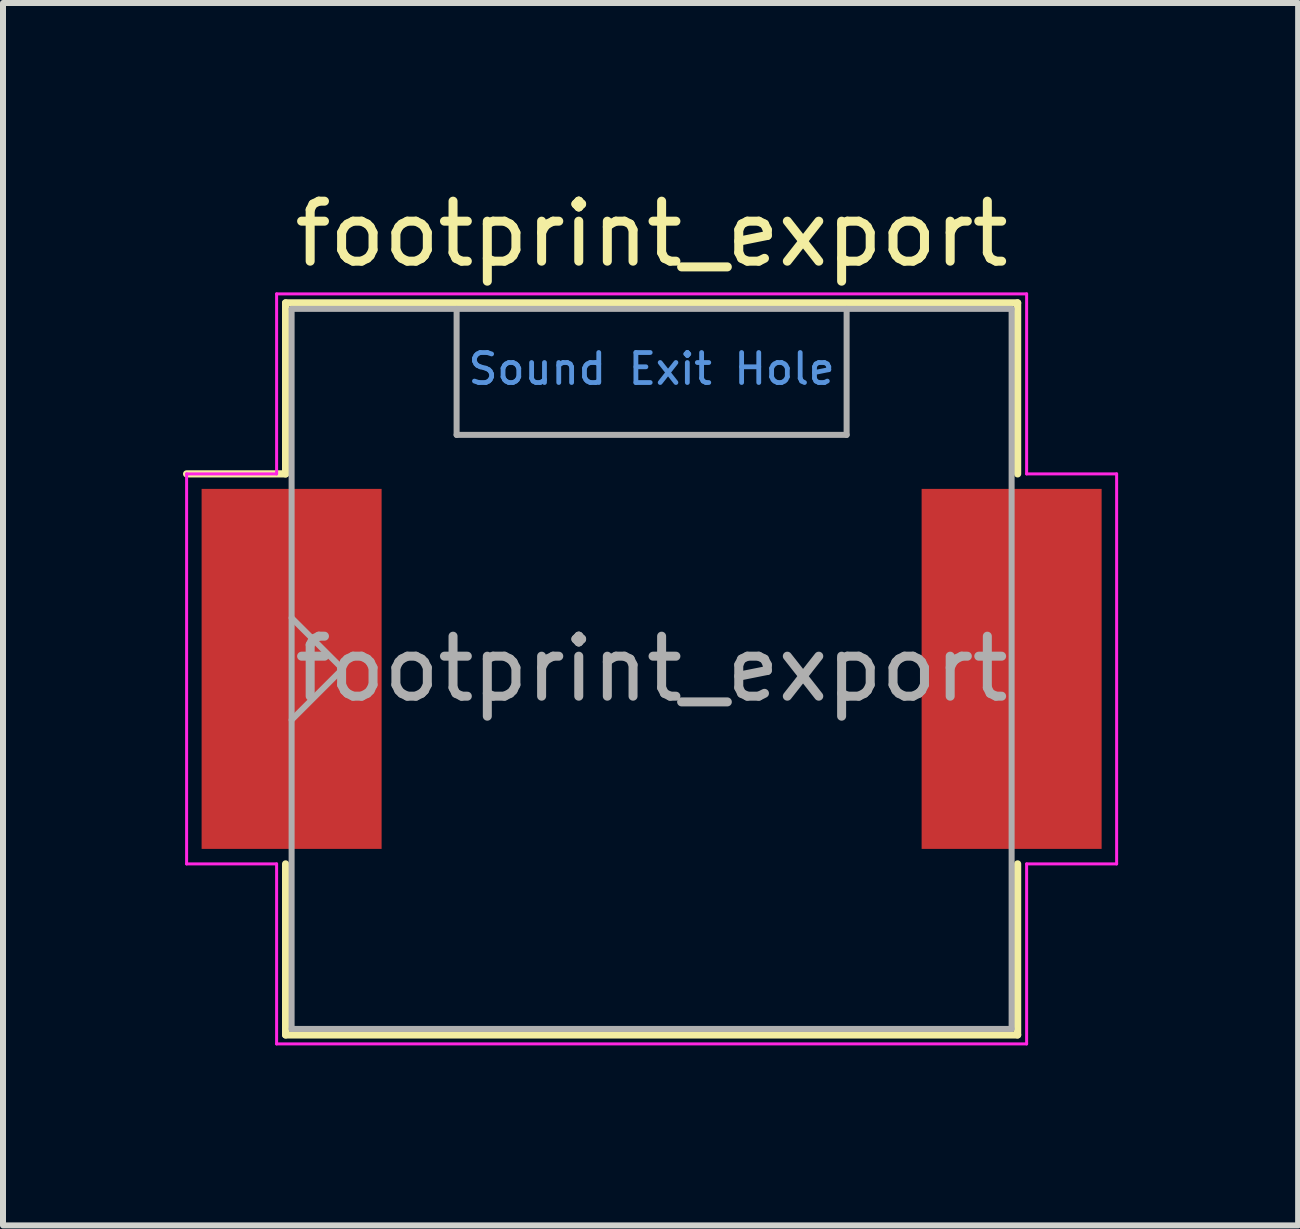
<source format=kicad_pcb>
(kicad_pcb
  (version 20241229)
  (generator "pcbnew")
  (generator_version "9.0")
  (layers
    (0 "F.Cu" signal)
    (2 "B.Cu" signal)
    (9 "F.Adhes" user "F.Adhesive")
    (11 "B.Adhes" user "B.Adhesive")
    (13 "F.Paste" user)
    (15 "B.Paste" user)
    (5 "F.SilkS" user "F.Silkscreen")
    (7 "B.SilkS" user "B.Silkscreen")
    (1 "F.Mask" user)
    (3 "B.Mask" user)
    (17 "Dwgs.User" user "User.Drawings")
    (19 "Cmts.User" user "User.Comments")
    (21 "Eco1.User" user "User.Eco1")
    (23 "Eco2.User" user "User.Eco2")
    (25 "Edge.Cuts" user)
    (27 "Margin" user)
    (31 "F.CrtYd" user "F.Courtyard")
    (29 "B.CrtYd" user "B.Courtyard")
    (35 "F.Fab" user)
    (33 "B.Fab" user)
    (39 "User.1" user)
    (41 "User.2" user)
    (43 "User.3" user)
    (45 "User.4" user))
  (footprint "footprint_export"
    (layer "F.Cu")
    (at 7.81 8.098)
    (property "Reference" "footprint_export" (at 0 -7.25 0) (layer "F.SilkS") (effects (font (size 1 1) (thickness 0.15))))
    (attr smd)
    (fp_line (start -6.1 -6.1) (end 6.1 -6.1) (stroke (width 0.12) (type solid)) (layer "F.SilkS"))
    (fp_line (start -6.1 -3.25) (end -7.75 -3.25) (stroke (width 0.12) (type solid)) (layer "F.SilkS"))
    (fp_line (start -6.1 -3.25) (end -6.1 -6.1) (stroke (width 0.12) (type solid)) (layer "F.SilkS"))
    (fp_line (start -6.1 6.1) (end -6.1 3.25) (stroke (width 0.12) (type solid)) (layer "F.SilkS"))
    (fp_line (start 6.1 -6.1) (end 6.1 -3.25) (stroke (width 0.12) (type solid)) (layer "F.SilkS"))
    (fp_line (start 6.1 3.25) (end 6.1 6.1) (stroke (width 0.12) (type solid)) (layer "F.SilkS"))
    (fp_line (start 6.1 6.1) (end -6.1 6.1) (stroke (width 0.12) (type solid)) (layer "F.SilkS"))
    (fp_line (start -7.75 -3.25) (end -6.25 -3.25) (stroke (width 0.05) (type solid)) (layer "F.CrtYd"))
    (fp_line (start -7.75 3.25) (end -7.75 -3.25) (stroke (width 0.05) (type solid)) (layer "F.CrtYd"))
    (fp_line (start -6.25 -6.25) (end 6.25 -6.25) (stroke (width 0.05) (type solid)) (layer "F.CrtYd"))
    (fp_line (start -6.25 -3.25) (end -6.25 -6.25) (stroke (width 0.05) (type solid)) (layer "F.CrtYd"))
    (fp_line (start -6.25 3.25) (end -7.75 3.25) (stroke (width 0.05) (type solid)) (layer "F.CrtYd"))
    (fp_line (start -6.25 6.25) (end -6.25 3.25) (stroke (width 0.05) (type solid)) (layer "F.CrtYd"))
    (fp_line (start 6.25 -6.25) (end 6.25 -3.25) (stroke (width 0.05) (type solid)) (layer "F.CrtYd"))
    (fp_line (start 6.25 -3.25) (end 7.75 -3.25) (stroke (width 0.05) (type solid)) (layer "F.CrtYd"))
    (fp_line (start 6.25 3.25) (end 6.25 6.25) (stroke (width 0.05) (type solid)) (layer "F.CrtYd"))
    (fp_line (start 6.25 6.25) (end -6.25 6.25) (stroke (width 0.05) (type solid)) (layer "F.CrtYd"))
    (fp_line (start 7.75 -3.25) (end 7.75 3.25) (stroke (width 0.05) (type solid)) (layer "F.CrtYd"))
    (fp_line (start 7.75 3.25) (end 6.25 3.25) (stroke (width 0.05) (type solid)) (layer "F.CrtYd"))
    (fp_line (start -6 -6) (end 6 -6) (stroke (width 0.1) (type solid)) (layer "F.Fab"))
    (fp_line (start -6 6) (end -6 -6) (stroke (width 0.1) (type solid)) (layer "F.Fab"))
    (fp_line (start -5.15 0) (end -6 -0.85) (stroke (width 0.1) (type solid)) (layer "F.Fab"))
    (fp_line (start -5.15 0) (end -6 0.85) (stroke (width 0.1) (type solid)) (layer "F.Fab"))
    (fp_line (start -3.25 -6) (end -3.25 -3.9) (stroke (width 0.1) (type solid)) (layer "F.Fab"))
    (fp_line (start -3.25 -3.9) (end 3.25 -3.9) (stroke (width 0.1) (type solid)) (layer "F.Fab"))
    (fp_line (start 3.25 -3.9) (end 3.25 -6) (stroke (width 0.1) (type solid)) (layer "F.Fab"))
    (fp_line (start 6 -6) (end 6 6) (stroke (width 0.1) (type solid)) (layer "F.Fab"))
    (fp_line (start 6 6) (end -6 6) (stroke (width 0.1) (type solid)) (layer "F.Fab"))
    (fp_text user "Sound Exit Hole" (at 0 -5 0) (unlocked yes) (layer "Cmts.User") (effects (font (size 0.5 0.5) (thickness 0.08))))
    (fp_text user "${REFERENCE}" (at 0 0 180) (layer "F.Fab") (effects (font (size 1 1) (thickness 0.15))))
    (pad "1" smd rect (at -6 0) (size 3 6) (layers "F.Cu" "F.Mask" "F.Paste"))
    (pad "2" smd rect (at 6 0) (size 3 6) (layers "F.Cu" "F.Mask" "F.Paste")))
  (gr_rect
    (start -3 -3)
    (end 18.585 17.373)
    (stroke (width 0.1) (type default))
    (fill no)
    (layer "Edge.Cuts")))
</source>
